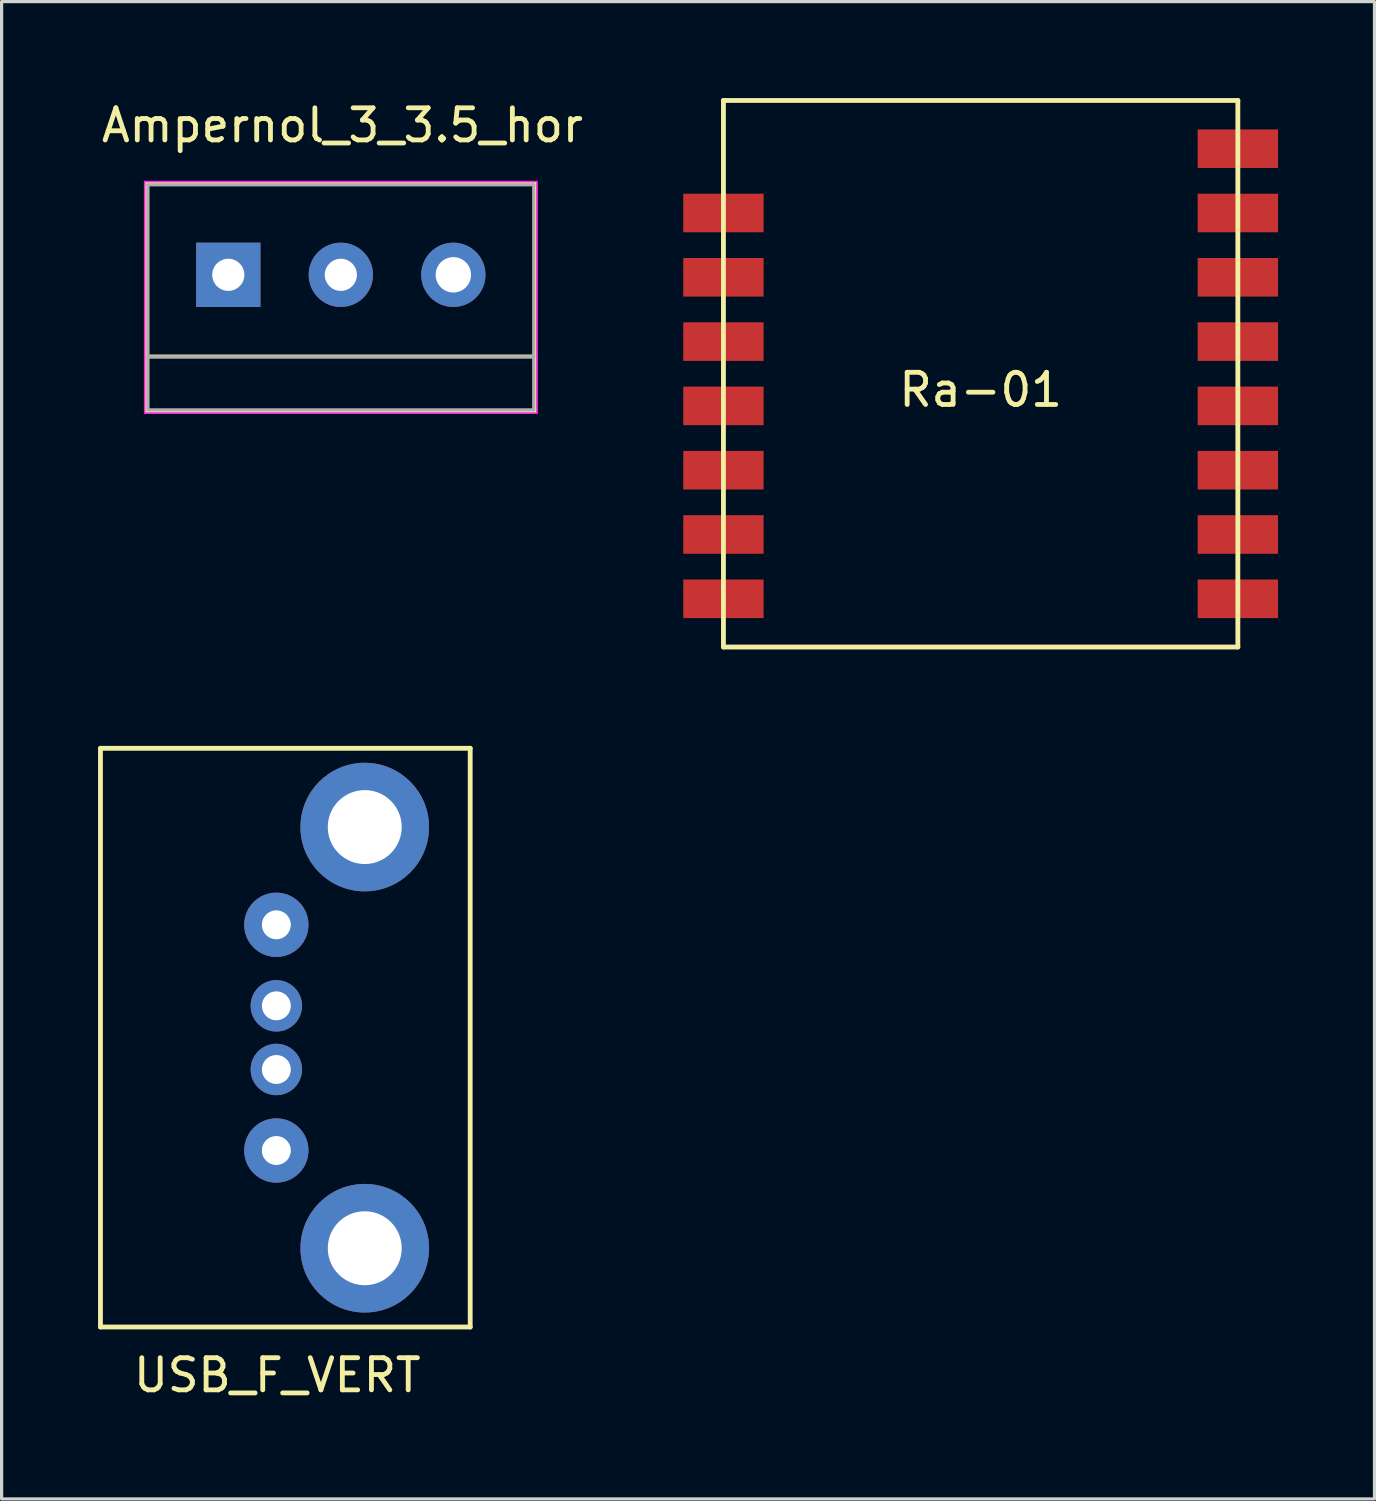
<source format=kicad_pcb>
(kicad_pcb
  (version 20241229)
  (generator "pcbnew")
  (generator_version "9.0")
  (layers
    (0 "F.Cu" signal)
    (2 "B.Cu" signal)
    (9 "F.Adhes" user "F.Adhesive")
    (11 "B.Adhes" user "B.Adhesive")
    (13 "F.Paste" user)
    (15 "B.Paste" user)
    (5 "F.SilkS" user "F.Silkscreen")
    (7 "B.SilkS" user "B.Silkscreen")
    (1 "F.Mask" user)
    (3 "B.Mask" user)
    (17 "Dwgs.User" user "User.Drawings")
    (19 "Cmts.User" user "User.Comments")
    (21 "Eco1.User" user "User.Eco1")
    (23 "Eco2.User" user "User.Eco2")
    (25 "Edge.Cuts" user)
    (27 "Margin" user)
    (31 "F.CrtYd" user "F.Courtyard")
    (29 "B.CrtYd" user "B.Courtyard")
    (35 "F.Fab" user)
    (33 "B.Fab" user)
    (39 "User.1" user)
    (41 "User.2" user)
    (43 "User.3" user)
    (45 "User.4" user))
  (footprint "Ra-01"
    (layer "F.Cu")
    (at 27.452 8.575)
    (property "Reference" "Ra-01" (at 0 0.5 0) (layer "F.SilkS") (effects (font (size 1 1) (thickness 0.15))))
    (attr through_hole)
    (fp_line (start -8 -8.5) (end -8 8.5) (stroke (width 0.15) (type solid)) (layer "F.SilkS"))
    (fp_line (start -8 8.5) (end 8 8.5) (stroke (width 0.15) (type solid)) (layer "F.SilkS"))
    (fp_line (start 8 -8.5) (end -8 -8.5) (stroke (width 0.15) (type solid)) (layer "F.SilkS"))
    (fp_line (start 8 8.5) (end 8 -8.5) (stroke (width 0.15) (type solid)) (layer "F.SilkS"))
    (pad "2" smd rect (at -8 -5) (size 2.5 1.2) (layers "F.Cu" "F.Mask" "F.Paste"))
    (pad "3" smd rect (at -8 -3) (size 2.5 1.2) (layers "F.Cu" "F.Mask" "F.Paste"))
    (pad "4" smd rect (at -8 -1) (size 2.5 1.2) (layers "F.Cu" "F.Mask" "F.Paste"))
    (pad "5" smd rect (at -8 1) (size 2.5 1.2) (layers "F.Cu" "F.Mask" "F.Paste"))
    (pad "6" smd rect (at -8 3) (size 2.5 1.2) (layers "F.Cu" "F.Mask" "F.Paste"))
    (pad "7" smd rect (at -8 5) (size 2.5 1.2) (layers "F.Cu" "F.Mask" "F.Paste"))
    (pad "8" smd rect (at -8 7) (size 2.5 1.2) (layers "F.Cu" "F.Mask" "F.Paste"))
    (pad "9" smd rect (at 8 7) (size 2.5 1.2) (layers "F.Cu" "F.Mask" "F.Paste"))
    (pad "10" smd rect (at 8 5) (size 2.5 1.2) (layers "F.Cu" "F.Mask" "F.Paste"))
    (pad "11" smd rect (at 8 3) (size 2.5 1.2) (layers "F.Cu" "F.Mask" "F.Paste"))
    (pad "12" smd rect (at 8 1) (size 2.5 1.2) (layers "F.Cu" "F.Mask" "F.Paste"))
    (pad "13" smd rect (at 8 -1) (size 2.5 1.2) (layers "F.Cu" "F.Mask" "F.Paste"))
    (pad "14" smd rect (at 8 -3) (size 2.5 1.2) (layers "F.Cu" "F.Mask" "F.Paste"))
    (pad "15" smd rect (at 8 -5) (size 2.5 1.2) (layers "F.Cu" "F.Mask" "F.Paste"))
    (pad "16" smd rect (at 8 -7) (size 2.5 1.2) (layers "F.Cu" "F.Mask" "F.Paste")))
  (footprint "Ampernol_3_3.5_hor"
    (layer "F.Cu")
    (at 7.551 5.498)
    (property "Reference" "Ampernol_3_3.5_hor" (at 0.05 -4.65 0) (layer "F.SilkS") (effects (font (size 1 1) (thickness 0.15))))
    (attr through_hole)
    (fp_line (start -6.05 -2.85) (end 6.05 -2.85) (stroke (width 0.12) (type solid)) (layer "F.SilkS"))
    (fp_line (start -6.05 2.54) (end 6.05 2.54) (stroke (width 0.12) (type solid)) (layer "F.SilkS"))
    (fp_line (start -6.05 4.25) (end -6.05 -2.85) (stroke (width 0.12) (type solid)) (layer "F.SilkS"))
    (fp_line (start -6.05 4.25) (end 6.05 4.25) (stroke (width 0.12) (type solid)) (layer "F.SilkS"))
    (fp_line (start 6.05 4.21) (end 6.05 -2.8) (stroke (width 0.12) (type solid)) (layer "F.SilkS"))
    (fp_line (start -6.1 -2.9) (end -6.1 4.3) (stroke (width 0.05) (type solid)) (layer "F.CrtYd"))
    (fp_line (start -6.1 -2.9) (end 6.1 -2.9) (stroke (width 0.05) (type solid)) (layer "F.CrtYd"))
    (fp_line (start 6.1 4.3) (end -6.1 4.3) (stroke (width 0.05) (type solid)) (layer "F.CrtYd"))
    (fp_line (start 6.1 4.3) (end 6.1 -2.9) (stroke (width 0.05) (type solid)) (layer "F.CrtYd"))
    (fp_line (start -6 -2.8) (end 6 -2.8) (stroke (width 0.1) (type solid)) (layer "F.Fab"))
    (fp_line (start -6 2.55) (end 6 2.55) (stroke (width 0.1) (type solid)) (layer "F.Fab"))
    (fp_line (start -6 4.15) (end -6 -2.8) (stroke (width 0.1) (type solid)) (layer "F.Fab"))
    (fp_line (start 6 -2.8) (end 6 4.2) (stroke (width 0.1) (type solid)) (layer "F.Fab"))
    (fp_line (start 6 4.2) (end -6 4.2) (stroke (width 0.1) (type solid)) (layer "F.Fab"))
    (pad "1" thru_hole rect (at -3.5 0) (size 2 2) (drill 1) (layers "*.Cu" "*.Mask"))
    (pad "2" thru_hole circle (at 0 0) (size 2 2) (drill 1) (layers "*.Cu" "*.Mask"))
    (pad "3" thru_hole circle (at 3.5 0) (size 2 2) (drill 1.1) (layers "*.Cu" "*.Mask")))
  (footprint "USB_F_VERT"
    (layer "F.Cu")
    (at 5.575 29.225)
    (property "Reference" "USB_F_VERT" (at 0 10.5 0) (layer "F.SilkS") (effects (font (size 1 1) (thickness 0.15))))
    (attr through_hole)
    (fp_line (start -5.5 -9) (end 6 -9) (stroke (width 0.15) (type solid)) (layer "F.SilkS"))
    (fp_line (start -5.5 9) (end -5.5 -9) (stroke (width 0.15) (type solid)) (layer "F.SilkS"))
    (fp_line (start 6 -9) (end 6 9) (stroke (width 0.15) (type solid)) (layer "F.SilkS"))
    (fp_line (start 6 9) (end -5.5 9) (stroke (width 0.15) (type solid)) (layer "F.SilkS"))
    (pad "1" thru_hole circle (at -0.03 3.51) (size 2 2) (drill 0.9) (layers "*.Cu" "*.Mask"))
    (pad "2" thru_hole circle (at -0.03 0.99) (size 1.6 1.6) (drill 0.9) (layers "*.Cu" "*.Mask"))
    (pad "3" thru_hole circle (at -0.03 -0.99) (size 1.6 1.6) (drill 0.9) (layers "*.Cu" "*.Mask"))
    (pad "4" thru_hole circle (at -0.03 -3.51) (size 2 2) (drill 0.9) (layers "*.Cu" "*.Mask"))
    (pad "5" thru_hole circle (at 2.72 -6.55) (size 4 4) (drill 2.3) (layers "*.Cu" "*.Mask"))
    (pad "5" thru_hole circle (at 2.72 6.55) (size 4 4) (drill 2.3) (layers "*.Cu" "*.Mask")))
  (gr_rect
    (start -3 -3)
    (end 39.702 43.573)
    (stroke (width 0.1) (type default))
    (fill no)
    (layer "Edge.Cuts")))
</source>
